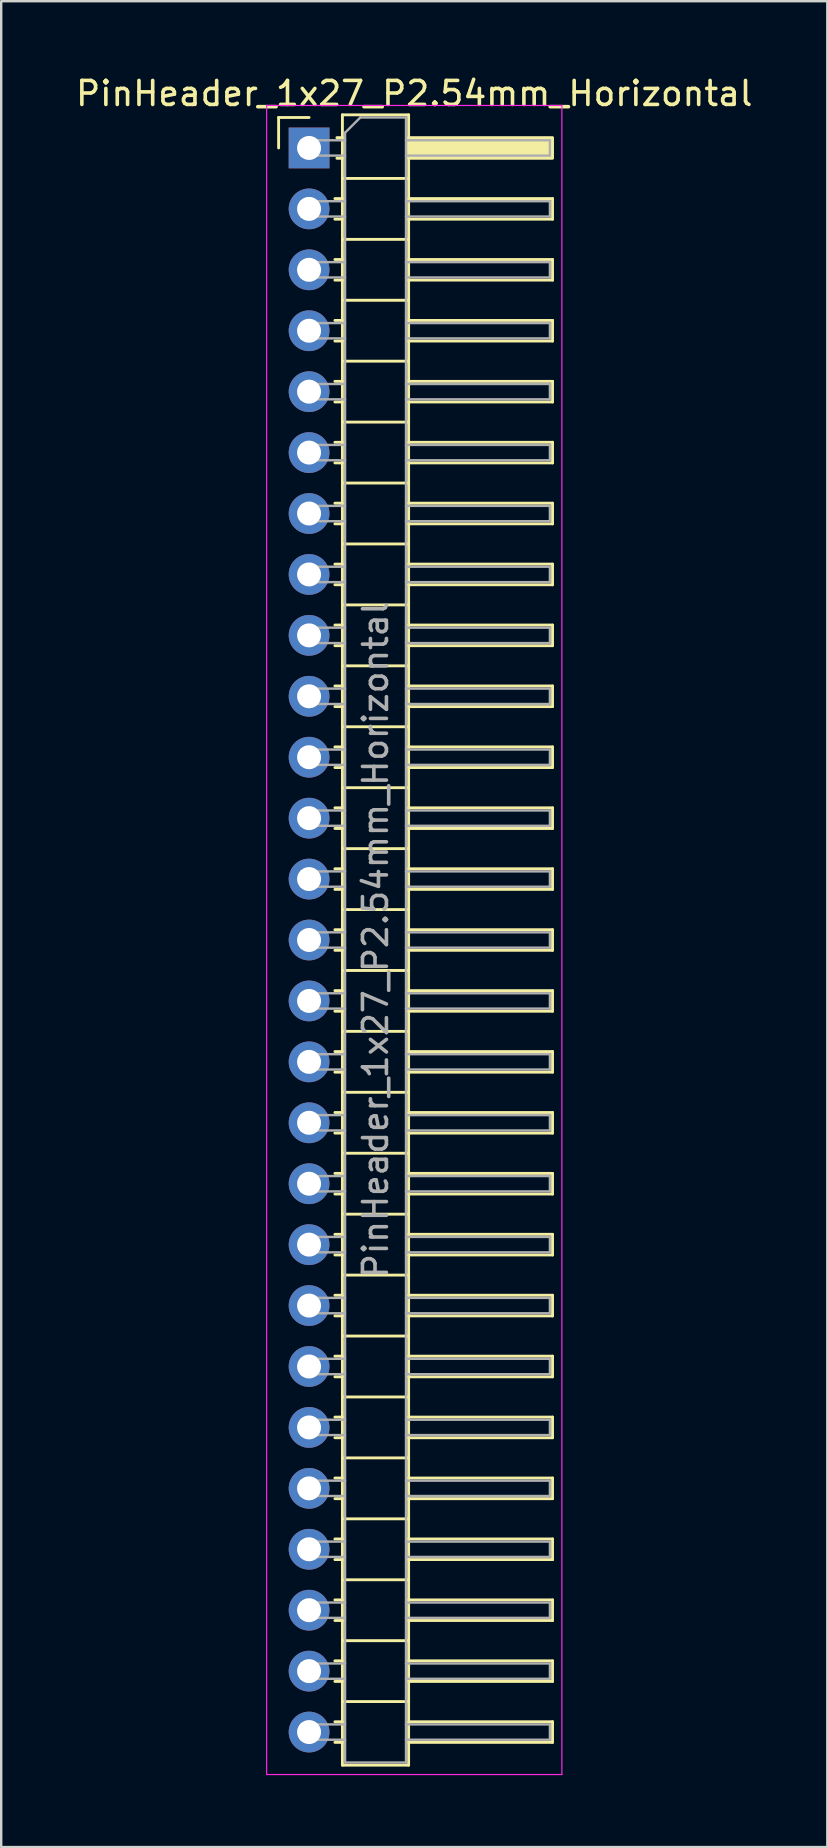
<source format=kicad_pcb>
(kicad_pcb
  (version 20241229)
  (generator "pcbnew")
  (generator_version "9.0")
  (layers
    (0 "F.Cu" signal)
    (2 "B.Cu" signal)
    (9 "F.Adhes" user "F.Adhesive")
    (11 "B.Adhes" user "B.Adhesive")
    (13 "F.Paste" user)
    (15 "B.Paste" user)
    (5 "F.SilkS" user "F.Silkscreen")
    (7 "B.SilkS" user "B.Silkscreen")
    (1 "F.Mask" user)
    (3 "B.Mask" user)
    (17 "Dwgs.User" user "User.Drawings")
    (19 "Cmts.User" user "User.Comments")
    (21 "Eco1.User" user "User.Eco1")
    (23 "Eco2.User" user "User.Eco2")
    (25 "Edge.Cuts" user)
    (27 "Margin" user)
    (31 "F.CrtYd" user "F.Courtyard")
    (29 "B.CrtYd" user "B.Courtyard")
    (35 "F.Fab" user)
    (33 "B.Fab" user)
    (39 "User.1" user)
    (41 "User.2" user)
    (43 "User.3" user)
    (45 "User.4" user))
  (footprint "PinHeader_1x27_P2.54mm_Horizontal"
    (layer "F.Cu")
    (at 9.835 3.118)
    (property "Reference" "PinHeader_1x27_P2.54mm_Horizontal" (at 4.385 -2.27 0) (layer "F.SilkS") (effects (font (size 1 1) (thickness 0.15))))
    (attr through_hole)
    (fp_line (start -1.27 -1.27) (end 0 -1.27) (stroke (width 0.12) (type solid)) (layer "F.SilkS"))
    (fp_line (start -1.27 0) (end -1.27 -1.27) (stroke (width 0.12) (type solid)) (layer "F.SilkS"))
    (fp_line (start 1.077 2.11) (end 1.39 2.11) (stroke (width 0.12) (type solid)) (layer "F.SilkS"))
    (fp_line (start 1.077 2.97) (end 1.39 2.97) (stroke (width 0.12) (type solid)) (layer "F.SilkS"))
    (fp_line (start 1.077 4.65) (end 1.39 4.65) (stroke (width 0.12) (type solid)) (layer "F.SilkS"))
    (fp_line (start 1.077 5.51) (end 1.39 5.51) (stroke (width 0.12) (type solid)) (layer "F.SilkS"))
    (fp_line (start 1.077 7.19) (end 1.39 7.19) (stroke (width 0.12) (type solid)) (layer "F.SilkS"))
    (fp_line (start 1.077 8.05) (end 1.39 8.05) (stroke (width 0.12) (type solid)) (layer "F.SilkS"))
    (fp_line (start 1.077 9.73) (end 1.39 9.73) (stroke (width 0.12) (type solid)) (layer "F.SilkS"))
    (fp_line (start 1.077 10.59) (end 1.39 10.59) (stroke (width 0.12) (type solid)) (layer "F.SilkS"))
    (fp_line (start 1.077 12.27) (end 1.39 12.27) (stroke (width 0.12) (type solid)) (layer "F.SilkS"))
    (fp_line (start 1.077 13.13) (end 1.39 13.13) (stroke (width 0.12) (type solid)) (layer "F.SilkS"))
    (fp_line (start 1.077 14.81) (end 1.39 14.81) (stroke (width 0.12) (type solid)) (layer "F.SilkS"))
    (fp_line (start 1.077 15.67) (end 1.39 15.67) (stroke (width 0.12) (type solid)) (layer "F.SilkS"))
    (fp_line (start 1.077 17.35) (end 1.39 17.35) (stroke (width 0.12) (type solid)) (layer "F.SilkS"))
    (fp_line (start 1.077 18.21) (end 1.39 18.21) (stroke (width 0.12) (type solid)) (layer "F.SilkS"))
    (fp_line (start 1.077 19.89) (end 1.39 19.89) (stroke (width 0.12) (type solid)) (layer "F.SilkS"))
    (fp_line (start 1.077 20.75) (end 1.39 20.75) (stroke (width 0.12) (type solid)) (layer "F.SilkS"))
    (fp_line (start 1.077 22.43) (end 1.39 22.43) (stroke (width 0.12) (type solid)) (layer "F.SilkS"))
    (fp_line (start 1.077 23.29) (end 1.39 23.29) (stroke (width 0.12) (type solid)) (layer "F.SilkS"))
    (fp_line (start 1.077 24.97) (end 1.39 24.97) (stroke (width 0.12) (type solid)) (layer "F.SilkS"))
    (fp_line (start 1.077 25.83) (end 1.39 25.83) (stroke (width 0.12) (type solid)) (layer "F.SilkS"))
    (fp_line (start 1.077 27.51) (end 1.39 27.51) (stroke (width 0.12) (type solid)) (layer "F.SilkS"))
    (fp_line (start 1.077 28.37) (end 1.39 28.37) (stroke (width 0.12) (type solid)) (layer "F.SilkS"))
    (fp_line (start 1.077 30.05) (end 1.39 30.05) (stroke (width 0.12) (type solid)) (layer "F.SilkS"))
    (fp_line (start 1.077 30.91) (end 1.39 30.91) (stroke (width 0.12) (type solid)) (layer "F.SilkS"))
    (fp_line (start 1.077 32.59) (end 1.39 32.59) (stroke (width 0.12) (type solid)) (layer "F.SilkS"))
    (fp_line (start 1.077 33.45) (end 1.39 33.45) (stroke (width 0.12) (type solid)) (layer "F.SilkS"))
    (fp_line (start 1.077 35.13) (end 1.39 35.13) (stroke (width 0.12) (type solid)) (layer "F.SilkS"))
    (fp_line (start 1.077 35.99) (end 1.39 35.99) (stroke (width 0.12) (type solid)) (layer "F.SilkS"))
    (fp_line (start 1.077 37.67) (end 1.39 37.67) (stroke (width 0.12) (type solid)) (layer "F.SilkS"))
    (fp_line (start 1.077 38.53) (end 1.39 38.53) (stroke (width 0.12) (type solid)) (layer "F.SilkS"))
    (fp_line (start 1.077 40.21) (end 1.39 40.21) (stroke (width 0.12) (type solid)) (layer "F.SilkS"))
    (fp_line (start 1.077 41.07) (end 1.39 41.07) (stroke (width 0.12) (type solid)) (layer "F.SilkS"))
    (fp_line (start 1.077 42.75) (end 1.39 42.75) (stroke (width 0.12) (type solid)) (layer "F.SilkS"))
    (fp_line (start 1.077 43.61) (end 1.39 43.61) (stroke (width 0.12) (type solid)) (layer "F.SilkS"))
    (fp_line (start 1.077 45.29) (end 1.39 45.29) (stroke (width 0.12) (type solid)) (layer "F.SilkS"))
    (fp_line (start 1.077 46.15) (end 1.39 46.15) (stroke (width 0.12) (type solid)) (layer "F.SilkS"))
    (fp_line (start 1.077 47.83) (end 1.39 47.83) (stroke (width 0.12) (type solid)) (layer "F.SilkS"))
    (fp_line (start 1.077 48.69) (end 1.39 48.69) (stroke (width 0.12) (type solid)) (layer "F.SilkS"))
    (fp_line (start 1.077 50.37) (end 1.39 50.37) (stroke (width 0.12) (type solid)) (layer "F.SilkS"))
    (fp_line (start 1.077 51.23) (end 1.39 51.23) (stroke (width 0.12) (type solid)) (layer "F.SilkS"))
    (fp_line (start 1.077 52.91) (end 1.39 52.91) (stroke (width 0.12) (type solid)) (layer "F.SilkS"))
    (fp_line (start 1.077 53.77) (end 1.39 53.77) (stroke (width 0.12) (type solid)) (layer "F.SilkS"))
    (fp_line (start 1.077 55.45) (end 1.39 55.45) (stroke (width 0.12) (type solid)) (layer "F.SilkS"))
    (fp_line (start 1.077 56.31) (end 1.39 56.31) (stroke (width 0.12) (type solid)) (layer "F.SilkS"))
    (fp_line (start 1.077 57.99) (end 1.39 57.99) (stroke (width 0.12) (type solid)) (layer "F.SilkS"))
    (fp_line (start 1.077 58.85) (end 1.39 58.85) (stroke (width 0.12) (type solid)) (layer "F.SilkS"))
    (fp_line (start 1.077 60.53) (end 1.39 60.53) (stroke (width 0.12) (type solid)) (layer "F.SilkS"))
    (fp_line (start 1.077 61.39) (end 1.39 61.39) (stroke (width 0.12) (type solid)) (layer "F.SilkS"))
    (fp_line (start 1.077 63.07) (end 1.39 63.07) (stroke (width 0.12) (type solid)) (layer "F.SilkS"))
    (fp_line (start 1.077 63.93) (end 1.39 63.93) (stroke (width 0.12) (type solid)) (layer "F.SilkS"))
    (fp_line (start 1.077 65.61) (end 1.39 65.61) (stroke (width 0.12) (type solid)) (layer "F.SilkS"))
    (fp_line (start 1.077 66.47) (end 1.39 66.47) (stroke (width 0.12) (type solid)) (layer "F.SilkS"))
    (fp_line (start 1.16 -0.43) (end 1.39 -0.43) (stroke (width 0.12) (type solid)) (layer "F.SilkS"))
    (fp_line (start 1.16 0.43) (end 1.39 0.43) (stroke (width 0.12) (type solid)) (layer "F.SilkS"))
    (fp_line (start 1.39 -1.38) (end 1.39 67.42) (stroke (width 0.12) (type solid)) (layer "F.SilkS"))
    (fp_line (start 1.39 1.27) (end 4.15 1.27) (stroke (width 0.12) (type solid)) (layer "F.SilkS"))
    (fp_line (start 1.39 3.81) (end 4.15 3.81) (stroke (width 0.12) (type solid)) (layer "F.SilkS"))
    (fp_line (start 1.39 6.35) (end 4.15 6.35) (stroke (width 0.12) (type solid)) (layer "F.SilkS"))
    (fp_line (start 1.39 8.89) (end 4.15 8.89) (stroke (width 0.12) (type solid)) (layer "F.SilkS"))
    (fp_line (start 1.39 11.43) (end 4.15 11.43) (stroke (width 0.12) (type solid)) (layer "F.SilkS"))
    (fp_line (start 1.39 13.97) (end 4.15 13.97) (stroke (width 0.12) (type solid)) (layer "F.SilkS"))
    (fp_line (start 1.39 16.51) (end 4.15 16.51) (stroke (width 0.12) (type solid)) (layer "F.SilkS"))
    (fp_line (start 1.39 19.05) (end 4.15 19.05) (stroke (width 0.12) (type solid)) (layer "F.SilkS"))
    (fp_line (start 1.39 21.59) (end 4.15 21.59) (stroke (width 0.12) (type solid)) (layer "F.SilkS"))
    (fp_line (start 1.39 24.13) (end 4.15 24.13) (stroke (width 0.12) (type solid)) (layer "F.SilkS"))
    (fp_line (start 1.39 26.67) (end 4.15 26.67) (stroke (width 0.12) (type solid)) (layer "F.SilkS"))
    (fp_line (start 1.39 29.21) (end 4.15 29.21) (stroke (width 0.12) (type solid)) (layer "F.SilkS"))
    (fp_line (start 1.39 31.75) (end 4.15 31.75) (stroke (width 0.12) (type solid)) (layer "F.SilkS"))
    (fp_line (start 1.39 34.29) (end 4.15 34.29) (stroke (width 0.12) (type solid)) (layer "F.SilkS"))
    (fp_line (start 1.39 36.83) (end 4.15 36.83) (stroke (width 0.12) (type solid)) (layer "F.SilkS"))
    (fp_line (start 1.39 39.37) (end 4.15 39.37) (stroke (width 0.12) (type solid)) (layer "F.SilkS"))
    (fp_line (start 1.39 41.91) (end 4.15 41.91) (stroke (width 0.12) (type solid)) (layer "F.SilkS"))
    (fp_line (start 1.39 44.45) (end 4.15 44.45) (stroke (width 0.12) (type solid)) (layer "F.SilkS"))
    (fp_line (start 1.39 46.99) (end 4.15 46.99) (stroke (width 0.12) (type solid)) (layer "F.SilkS"))
    (fp_line (start 1.39 49.53) (end 4.15 49.53) (stroke (width 0.12) (type solid)) (layer "F.SilkS"))
    (fp_line (start 1.39 52.07) (end 4.15 52.07) (stroke (width 0.12) (type solid)) (layer "F.SilkS"))
    (fp_line (start 1.39 54.61) (end 4.15 54.61) (stroke (width 0.12) (type solid)) (layer "F.SilkS"))
    (fp_line (start 1.39 57.15) (end 4.15 57.15) (stroke (width 0.12) (type solid)) (layer "F.SilkS"))
    (fp_line (start 1.39 59.69) (end 4.15 59.69) (stroke (width 0.12) (type solid)) (layer "F.SilkS"))
    (fp_line (start 1.39 62.23) (end 4.15 62.23) (stroke (width 0.12) (type solid)) (layer "F.SilkS"))
    (fp_line (start 1.39 64.77) (end 4.15 64.77) (stroke (width 0.12) (type solid)) (layer "F.SilkS"))
    (fp_line (start 1.39 67.42) (end 4.15 67.42) (stroke (width 0.12) (type solid)) (layer "F.SilkS"))
    (fp_line (start 4.15 -1.38) (end 1.39 -1.38) (stroke (width 0.12) (type solid)) (layer "F.SilkS"))
    (fp_line (start 4.15 2.11) (end 10.15 2.11) (stroke (width 0.12) (type solid)) (layer "F.SilkS"))
    (fp_line (start 4.15 4.65) (end 10.15 4.65) (stroke (width 0.12) (type solid)) (layer "F.SilkS"))
    (fp_line (start 4.15 7.19) (end 10.15 7.19) (stroke (width 0.12) (type solid)) (layer "F.SilkS"))
    (fp_line (start 4.15 9.73) (end 10.15 9.73) (stroke (width 0.12) (type solid)) (layer "F.SilkS"))
    (fp_line (start 4.15 12.27) (end 10.15 12.27) (stroke (width 0.12) (type solid)) (layer "F.SilkS"))
    (fp_line (start 4.15 14.81) (end 10.15 14.81) (stroke (width 0.12) (type solid)) (layer "F.SilkS"))
    (fp_line (start 4.15 17.35) (end 10.15 17.35) (stroke (width 0.12) (type solid)) (layer "F.SilkS"))
    (fp_line (start 4.15 19.89) (end 10.15 19.89) (stroke (width 0.12) (type solid)) (layer "F.SilkS"))
    (fp_line (start 4.15 22.43) (end 10.15 22.43) (stroke (width 0.12) (type solid)) (layer "F.SilkS"))
    (fp_line (start 4.15 24.97) (end 10.15 24.97) (stroke (width 0.12) (type solid)) (layer "F.SilkS"))
    (fp_line (start 4.15 27.51) (end 10.15 27.51) (stroke (width 0.12) (type solid)) (layer "F.SilkS"))
    (fp_line (start 4.15 30.05) (end 10.15 30.05) (stroke (width 0.12) (type solid)) (layer "F.SilkS"))
    (fp_line (start 4.15 32.59) (end 10.15 32.59) (stroke (width 0.12) (type solid)) (layer "F.SilkS"))
    (fp_line (start 4.15 35.13) (end 10.15 35.13) (stroke (width 0.12) (type solid)) (layer "F.SilkS"))
    (fp_line (start 4.15 37.67) (end 10.15 37.67) (stroke (width 0.12) (type solid)) (layer "F.SilkS"))
    (fp_line (start 4.15 40.21) (end 10.15 40.21) (stroke (width 0.12) (type solid)) (layer "F.SilkS"))
    (fp_line (start 4.15 42.75) (end 10.15 42.75) (stroke (width 0.12) (type solid)) (layer "F.SilkS"))
    (fp_line (start 4.15 45.29) (end 10.15 45.29) (stroke (width 0.12) (type solid)) (layer "F.SilkS"))
    (fp_line (start 4.15 47.83) (end 10.15 47.83) (stroke (width 0.12) (type solid)) (layer "F.SilkS"))
    (fp_line (start 4.15 50.37) (end 10.15 50.37) (stroke (width 0.12) (type solid)) (layer "F.SilkS"))
    (fp_line (start 4.15 52.91) (end 10.15 52.91) (stroke (width 0.12) (type solid)) (layer "F.SilkS"))
    (fp_line (start 4.15 55.45) (end 10.15 55.45) (stroke (width 0.12) (type solid)) (layer "F.SilkS"))
    (fp_line (start 4.15 57.99) (end 10.15 57.99) (stroke (width 0.12) (type solid)) (layer "F.SilkS"))
    (fp_line (start 4.15 60.53) (end 10.15 60.53) (stroke (width 0.12) (type solid)) (layer "F.SilkS"))
    (fp_line (start 4.15 63.07) (end 10.15 63.07) (stroke (width 0.12) (type solid)) (layer "F.SilkS"))
    (fp_line (start 4.15 65.61) (end 10.15 65.61) (stroke (width 0.12) (type solid)) (layer "F.SilkS"))
    (fp_line (start 4.15 67.42) (end 4.15 -1.38) (stroke (width 0.12) (type solid)) (layer "F.SilkS"))
    (fp_line (start 10.15 2.11) (end 10.15 2.97) (stroke (width 0.12) (type solid)) (layer "F.SilkS"))
    (fp_line (start 10.15 2.97) (end 4.15 2.97) (stroke (width 0.12) (type solid)) (layer "F.SilkS"))
    (fp_line (start 10.15 4.65) (end 10.15 5.51) (stroke (width 0.12) (type solid)) (layer "F.SilkS"))
    (fp_line (start 10.15 5.51) (end 4.15 5.51) (stroke (width 0.12) (type solid)) (layer "F.SilkS"))
    (fp_line (start 10.15 7.19) (end 10.15 8.05) (stroke (width 0.12) (type solid)) (layer "F.SilkS"))
    (fp_line (start 10.15 8.05) (end 4.15 8.05) (stroke (width 0.12) (type solid)) (layer "F.SilkS"))
    (fp_line (start 10.15 9.73) (end 10.15 10.59) (stroke (width 0.12) (type solid)) (layer "F.SilkS"))
    (fp_line (start 10.15 10.59) (end 4.15 10.59) (stroke (width 0.12) (type solid)) (layer "F.SilkS"))
    (fp_line (start 10.15 12.27) (end 10.15 13.13) (stroke (width 0.12) (type solid)) (layer "F.SilkS"))
    (fp_line (start 10.15 13.13) (end 4.15 13.13) (stroke (width 0.12) (type solid)) (layer "F.SilkS"))
    (fp_line (start 10.15 14.81) (end 10.15 15.67) (stroke (width 0.12) (type solid)) (layer "F.SilkS"))
    (fp_line (start 10.15 15.67) (end 4.15 15.67) (stroke (width 0.12) (type solid)) (layer "F.SilkS"))
    (fp_line (start 10.15 17.35) (end 10.15 18.21) (stroke (width 0.12) (type solid)) (layer "F.SilkS"))
    (fp_line (start 10.15 18.21) (end 4.15 18.21) (stroke (width 0.12) (type solid)) (layer "F.SilkS"))
    (fp_line (start 10.15 19.89) (end 10.15 20.75) (stroke (width 0.12) (type solid)) (layer "F.SilkS"))
    (fp_line (start 10.15 20.75) (end 4.15 20.75) (stroke (width 0.12) (type solid)) (layer "F.SilkS"))
    (fp_line (start 10.15 22.43) (end 10.15 23.29) (stroke (width 0.12) (type solid)) (layer "F.SilkS"))
    (fp_line (start 10.15 23.29) (end 4.15 23.29) (stroke (width 0.12) (type solid)) (layer "F.SilkS"))
    (fp_line (start 10.15 24.97) (end 10.15 25.83) (stroke (width 0.12) (type solid)) (layer "F.SilkS"))
    (fp_line (start 10.15 25.83) (end 4.15 25.83) (stroke (width 0.12) (type solid)) (layer "F.SilkS"))
    (fp_line (start 10.15 27.51) (end 10.15 28.37) (stroke (width 0.12) (type solid)) (layer "F.SilkS"))
    (fp_line (start 10.15 28.37) (end 4.15 28.37) (stroke (width 0.12) (type solid)) (layer "F.SilkS"))
    (fp_line (start 10.15 30.05) (end 10.15 30.91) (stroke (width 0.12) (type solid)) (layer "F.SilkS"))
    (fp_line (start 10.15 30.91) (end 4.15 30.91) (stroke (width 0.12) (type solid)) (layer "F.SilkS"))
    (fp_line (start 10.15 32.59) (end 10.15 33.45) (stroke (width 0.12) (type solid)) (layer "F.SilkS"))
    (fp_line (start 10.15 33.45) (end 4.15 33.45) (stroke (width 0.12) (type solid)) (layer "F.SilkS"))
    (fp_line (start 10.15 35.13) (end 10.15 35.99) (stroke (width 0.12) (type solid)) (layer "F.SilkS"))
    (fp_line (start 10.15 35.99) (end 4.15 35.99) (stroke (width 0.12) (type solid)) (layer "F.SilkS"))
    (fp_line (start 10.15 37.67) (end 10.15 38.53) (stroke (width 0.12) (type solid)) (layer "F.SilkS"))
    (fp_line (start 10.15 38.53) (end 4.15 38.53) (stroke (width 0.12) (type solid)) (layer "F.SilkS"))
    (fp_line (start 10.15 40.21) (end 10.15 41.07) (stroke (width 0.12) (type solid)) (layer "F.SilkS"))
    (fp_line (start 10.15 41.07) (end 4.15 41.07) (stroke (width 0.12) (type solid)) (layer "F.SilkS"))
    (fp_line (start 10.15 42.75) (end 10.15 43.61) (stroke (width 0.12) (type solid)) (layer "F.SilkS"))
    (fp_line (start 10.15 43.61) (end 4.15 43.61) (stroke (width 0.12) (type solid)) (layer "F.SilkS"))
    (fp_line (start 10.15 45.29) (end 10.15 46.15) (stroke (width 0.12) (type solid)) (layer "F.SilkS"))
    (fp_line (start 10.15 46.15) (end 4.15 46.15) (stroke (width 0.12) (type solid)) (layer "F.SilkS"))
    (fp_line (start 10.15 47.83) (end 10.15 48.69) (stroke (width 0.12) (type solid)) (layer "F.SilkS"))
    (fp_line (start 10.15 48.69) (end 4.15 48.69) (stroke (width 0.12) (type solid)) (layer "F.SilkS"))
    (fp_line (start 10.15 50.37) (end 10.15 51.23) (stroke (width 0.12) (type solid)) (layer "F.SilkS"))
    (fp_line (start 10.15 51.23) (end 4.15 51.23) (stroke (width 0.12) (type solid)) (layer "F.SilkS"))
    (fp_line (start 10.15 52.91) (end 10.15 53.77) (stroke (width 0.12) (type solid)) (layer "F.SilkS"))
    (fp_line (start 10.15 53.77) (end 4.15 53.77) (stroke (width 0.12) (type solid)) (layer "F.SilkS"))
    (fp_line (start 10.15 55.45) (end 10.15 56.31) (stroke (width 0.12) (type solid)) (layer "F.SilkS"))
    (fp_line (start 10.15 56.31) (end 4.15 56.31) (stroke (width 0.12) (type solid)) (layer "F.SilkS"))
    (fp_line (start 10.15 57.99) (end 10.15 58.85) (stroke (width 0.12) (type solid)) (layer "F.SilkS"))
    (fp_line (start 10.15 58.85) (end 4.15 58.85) (stroke (width 0.12) (type solid)) (layer "F.SilkS"))
    (fp_line (start 10.15 60.53) (end 10.15 61.39) (stroke (width 0.12) (type solid)) (layer "F.SilkS"))
    (fp_line (start 10.15 61.39) (end 4.15 61.39) (stroke (width 0.12) (type solid)) (layer "F.SilkS"))
    (fp_line (start 10.15 63.07) (end 10.15 63.93) (stroke (width 0.12) (type solid)) (layer "F.SilkS"))
    (fp_line (start 10.15 63.93) (end 4.15 63.93) (stroke (width 0.12) (type solid)) (layer "F.SilkS"))
    (fp_line (start 10.15 65.61) (end 10.15 66.47) (stroke (width 0.12) (type solid)) (layer "F.SilkS"))
    (fp_line (start 10.15 66.47) (end 4.15 66.47) (stroke (width 0.12) (type solid)) (layer "F.SilkS"))
    (fp_rect (start 4.15 -0.43) (end 10.15 0.43) (stroke (width 0.12) (type solid)) (fill yes) (layer "F.SilkS"))
    (fp_line (start -1.77 -1.77) (end -1.77 67.81) (stroke (width 0.05) (type solid)) (layer "F.CrtYd"))
    (fp_line (start -1.77 67.81) (end 10.54 67.81) (stroke (width 0.05) (type solid)) (layer "F.CrtYd"))
    (fp_line (start 10.54 -1.77) (end -1.77 -1.77) (stroke (width 0.05) (type solid)) (layer "F.CrtYd"))
    (fp_line (start 10.54 67.81) (end 10.54 -1.77) (stroke (width 0.05) (type solid)) (layer "F.CrtYd"))
    (fp_line (start -0.32 -0.32) (end -0.32 0.32) (stroke (width 0.1) (type solid)) (layer "F.Fab"))
    (fp_line (start -0.32 -0.32) (end 1.5 -0.32) (stroke (width 0.1) (type solid)) (layer "F.Fab"))
    (fp_line (start -0.32 0.32) (end 1.5 0.32) (stroke (width 0.1) (type solid)) (layer "F.Fab"))
    (fp_line (start -0.32 2.22) (end -0.32 2.86) (stroke (width 0.1) (type solid)) (layer "F.Fab"))
    (fp_line (start -0.32 2.22) (end 1.5 2.22) (stroke (width 0.1) (type solid)) (layer "F.Fab"))
    (fp_line (start -0.32 2.86) (end 1.5 2.86) (stroke (width 0.1) (type solid)) (layer "F.Fab"))
    (fp_line (start -0.32 4.76) (end -0.32 5.4) (stroke (width 0.1) (type solid)) (layer "F.Fab"))
    (fp_line (start -0.32 4.76) (end 1.5 4.76) (stroke (width 0.1) (type solid)) (layer "F.Fab"))
    (fp_line (start -0.32 5.4) (end 1.5 5.4) (stroke (width 0.1) (type solid)) (layer "F.Fab"))
    (fp_line (start -0.32 7.3) (end -0.32 7.94) (stroke (width 0.1) (type solid)) (layer "F.Fab"))
    (fp_line (start -0.32 7.3) (end 1.5 7.3) (stroke (width 0.1) (type solid)) (layer "F.Fab"))
    (fp_line (start -0.32 7.94) (end 1.5 7.94) (stroke (width 0.1) (type solid)) (layer "F.Fab"))
    (fp_line (start -0.32 9.84) (end -0.32 10.48) (stroke (width 0.1) (type solid)) (layer "F.Fab"))
    (fp_line (start -0.32 9.84) (end 1.5 9.84) (stroke (width 0.1) (type solid)) (layer "F.Fab"))
    (fp_line (start -0.32 10.48) (end 1.5 10.48) (stroke (width 0.1) (type solid)) (layer "F.Fab"))
    (fp_line (start -0.32 12.38) (end -0.32 13.02) (stroke (width 0.1) (type solid)) (layer "F.Fab"))
    (fp_line (start -0.32 12.38) (end 1.5 12.38) (stroke (width 0.1) (type solid)) (layer "F.Fab"))
    (fp_line (start -0.32 13.02) (end 1.5 13.02) (stroke (width 0.1) (type solid)) (layer "F.Fab"))
    (fp_line (start -0.32 14.92) (end -0.32 15.56) (stroke (width 0.1) (type solid)) (layer "F.Fab"))
    (fp_line (start -0.32 14.92) (end 1.5 14.92) (stroke (width 0.1) (type solid)) (layer "F.Fab"))
    (fp_line (start -0.32 15.56) (end 1.5 15.56) (stroke (width 0.1) (type solid)) (layer "F.Fab"))
    (fp_line (start -0.32 17.46) (end -0.32 18.1) (stroke (width 0.1) (type solid)) (layer "F.Fab"))
    (fp_line (start -0.32 17.46) (end 1.5 17.46) (stroke (width 0.1) (type solid)) (layer "F.Fab"))
    (fp_line (start -0.32 18.1) (end 1.5 18.1) (stroke (width 0.1) (type solid)) (layer "F.Fab"))
    (fp_line (start -0.32 20) (end -0.32 20.64) (stroke (width 0.1) (type solid)) (layer "F.Fab"))
    (fp_line (start -0.32 20) (end 1.5 20) (stroke (width 0.1) (type solid)) (layer "F.Fab"))
    (fp_line (start -0.32 20.64) (end 1.5 20.64) (stroke (width 0.1) (type solid)) (layer "F.Fab"))
    (fp_line (start -0.32 22.54) (end -0.32 23.18) (stroke (width 0.1) (type solid)) (layer "F.Fab"))
    (fp_line (start -0.32 22.54) (end 1.5 22.54) (stroke (width 0.1) (type solid)) (layer "F.Fab"))
    (fp_line (start -0.32 23.18) (end 1.5 23.18) (stroke (width 0.1) (type solid)) (layer "F.Fab"))
    (fp_line (start -0.32 25.08) (end -0.32 25.72) (stroke (width 0.1) (type solid)) (layer "F.Fab"))
    (fp_line (start -0.32 25.08) (end 1.5 25.08) (stroke (width 0.1) (type solid)) (layer "F.Fab"))
    (fp_line (start -0.32 25.72) (end 1.5 25.72) (stroke (width 0.1) (type solid)) (layer "F.Fab"))
    (fp_line (start -0.32 27.62) (end -0.32 28.26) (stroke (width 0.1) (type solid)) (layer "F.Fab"))
    (fp_line (start -0.32 27.62) (end 1.5 27.62) (stroke (width 0.1) (type solid)) (layer "F.Fab"))
    (fp_line (start -0.32 28.26) (end 1.5 28.26) (stroke (width 0.1) (type solid)) (layer "F.Fab"))
    (fp_line (start -0.32 30.16) (end -0.32 30.8) (stroke (width 0.1) (type solid)) (layer "F.Fab"))
    (fp_line (start -0.32 30.16) (end 1.5 30.16) (stroke (width 0.1) (type solid)) (layer "F.Fab"))
    (fp_line (start -0.32 30.8) (end 1.5 30.8) (stroke (width 0.1) (type solid)) (layer "F.Fab"))
    (fp_line (start -0.32 32.7) (end -0.32 33.34) (stroke (width 0.1) (type solid)) (layer "F.Fab"))
    (fp_line (start -0.32 32.7) (end 1.5 32.7) (stroke (width 0.1) (type solid)) (layer "F.Fab"))
    (fp_line (start -0.32 33.34) (end 1.5 33.34) (stroke (width 0.1) (type solid)) (layer "F.Fab"))
    (fp_line (start -0.32 35.24) (end -0.32 35.88) (stroke (width 0.1) (type solid)) (layer "F.Fab"))
    (fp_line (start -0.32 35.24) (end 1.5 35.24) (stroke (width 0.1) (type solid)) (layer "F.Fab"))
    (fp_line (start -0.32 35.88) (end 1.5 35.88) (stroke (width 0.1) (type solid)) (layer "F.Fab"))
    (fp_line (start -0.32 37.78) (end -0.32 38.42) (stroke (width 0.1) (type solid)) (layer "F.Fab"))
    (fp_line (start -0.32 37.78) (end 1.5 37.78) (stroke (width 0.1) (type solid)) (layer "F.Fab"))
    (fp_line (start -0.32 38.42) (end 1.5 38.42) (stroke (width 0.1) (type solid)) (layer "F.Fab"))
    (fp_line (start -0.32 40.32) (end -0.32 40.96) (stroke (width 0.1) (type solid)) (layer "F.Fab"))
    (fp_line (start -0.32 40.32) (end 1.5 40.32) (stroke (width 0.1) (type solid)) (layer "F.Fab"))
    (fp_line (start -0.32 40.96) (end 1.5 40.96) (stroke (width 0.1) (type solid)) (layer "F.Fab"))
    (fp_line (start -0.32 42.86) (end -0.32 43.5) (stroke (width 0.1) (type solid)) (layer "F.Fab"))
    (fp_line (start -0.32 42.86) (end 1.5 42.86) (stroke (width 0.1) (type solid)) (layer "F.Fab"))
    (fp_line (start -0.32 43.5) (end 1.5 43.5) (stroke (width 0.1) (type solid)) (layer "F.Fab"))
    (fp_line (start -0.32 45.4) (end -0.32 46.04) (stroke (width 0.1) (type solid)) (layer "F.Fab"))
    (fp_line (start -0.32 45.4) (end 1.5 45.4) (stroke (width 0.1) (type solid)) (layer "F.Fab"))
    (fp_line (start -0.32 46.04) (end 1.5 46.04) (stroke (width 0.1) (type solid)) (layer "F.Fab"))
    (fp_line (start -0.32 47.94) (end -0.32 48.58) (stroke (width 0.1) (type solid)) (layer "F.Fab"))
    (fp_line (start -0.32 47.94) (end 1.5 47.94) (stroke (width 0.1) (type solid)) (layer "F.Fab"))
    (fp_line (start -0.32 48.58) (end 1.5 48.58) (stroke (width 0.1) (type solid)) (layer "F.Fab"))
    (fp_line (start -0.32 50.48) (end -0.32 51.12) (stroke (width 0.1) (type solid)) (layer "F.Fab"))
    (fp_line (start -0.32 50.48) (end 1.5 50.48) (stroke (width 0.1) (type solid)) (layer "F.Fab"))
    (fp_line (start -0.32 51.12) (end 1.5 51.12) (stroke (width 0.1) (type solid)) (layer "F.Fab"))
    (fp_line (start -0.32 53.02) (end -0.32 53.66) (stroke (width 0.1) (type solid)) (layer "F.Fab"))
    (fp_line (start -0.32 53.02) (end 1.5 53.02) (stroke (width 0.1) (type solid)) (layer "F.Fab"))
    (fp_line (start -0.32 53.66) (end 1.5 53.66) (stroke (width 0.1) (type solid)) (layer "F.Fab"))
    (fp_line (start -0.32 55.56) (end -0.32 56.2) (stroke (width 0.1) (type solid)) (layer "F.Fab"))
    (fp_line (start -0.32 55.56) (end 1.5 55.56) (stroke (width 0.1) (type solid)) (layer "F.Fab"))
    (fp_line (start -0.32 56.2) (end 1.5 56.2) (stroke (width 0.1) (type solid)) (layer "F.Fab"))
    (fp_line (start -0.32 58.1) (end -0.32 58.74) (stroke (width 0.1) (type solid)) (layer "F.Fab"))
    (fp_line (start -0.32 58.1) (end 1.5 58.1) (stroke (width 0.1) (type solid)) (layer "F.Fab"))
    (fp_line (start -0.32 58.74) (end 1.5 58.74) (stroke (width 0.1) (type solid)) (layer "F.Fab"))
    (fp_line (start -0.32 60.64) (end -0.32 61.28) (stroke (width 0.1) (type solid)) (layer "F.Fab"))
    (fp_line (start -0.32 60.64) (end 1.5 60.64) (stroke (width 0.1) (type solid)) (layer "F.Fab"))
    (fp_line (start -0.32 61.28) (end 1.5 61.28) (stroke (width 0.1) (type solid)) (layer "F.Fab"))
    (fp_line (start -0.32 63.18) (end -0.32 63.82) (stroke (width 0.1) (type solid)) (layer "F.Fab"))
    (fp_line (start -0.32 63.18) (end 1.5 63.18) (stroke (width 0.1) (type solid)) (layer "F.Fab"))
    (fp_line (start -0.32 63.82) (end 1.5 63.82) (stroke (width 0.1) (type solid)) (layer "F.Fab"))
    (fp_line (start -0.32 65.72) (end -0.32 66.36) (stroke (width 0.1) (type solid)) (layer "F.Fab"))
    (fp_line (start -0.32 65.72) (end 1.5 65.72) (stroke (width 0.1) (type solid)) (layer "F.Fab"))
    (fp_line (start -0.32 66.36) (end 1.5 66.36) (stroke (width 0.1) (type solid)) (layer "F.Fab"))
    (fp_line (start 1.5 -0.635) (end 2.135 -1.27) (stroke (width 0.1) (type solid)) (layer "F.Fab"))
    (fp_line (start 1.5 67.31) (end 1.5 -0.635) (stroke (width 0.1) (type solid)) (layer "F.Fab"))
    (fp_line (start 2.135 -1.27) (end 4.04 -1.27) (stroke (width 0.1) (type solid)) (layer "F.Fab"))
    (fp_line (start 4.04 -1.27) (end 4.04 67.31) (stroke (width 0.1) (type solid)) (layer "F.Fab"))
    (fp_line (start 4.04 -0.32) (end 10.04 -0.32) (stroke (width 0.1) (type solid)) (layer "F.Fab"))
    (fp_line (start 4.04 0.32) (end 10.04 0.32) (stroke (width 0.1) (type solid)) (layer "F.Fab"))
    (fp_line (start 4.04 2.22) (end 10.04 2.22) (stroke (width 0.1) (type solid)) (layer "F.Fab"))
    (fp_line (start 4.04 2.86) (end 10.04 2.86) (stroke (width 0.1) (type solid)) (layer "F.Fab"))
    (fp_line (start 4.04 4.76) (end 10.04 4.76) (stroke (width 0.1) (type solid)) (layer "F.Fab"))
    (fp_line (start 4.04 5.4) (end 10.04 5.4) (stroke (width 0.1) (type solid)) (layer "F.Fab"))
    (fp_line (start 4.04 7.3) (end 10.04 7.3) (stroke (width 0.1) (type solid)) (layer "F.Fab"))
    (fp_line (start 4.04 7.94) (end 10.04 7.94) (stroke (width 0.1) (type solid)) (layer "F.Fab"))
    (fp_line (start 4.04 9.84) (end 10.04 9.84) (stroke (width 0.1) (type solid)) (layer "F.Fab"))
    (fp_line (start 4.04 10.48) (end 10.04 10.48) (stroke (width 0.1) (type solid)) (layer "F.Fab"))
    (fp_line (start 4.04 12.38) (end 10.04 12.38) (stroke (width 0.1) (type solid)) (layer "F.Fab"))
    (fp_line (start 4.04 13.02) (end 10.04 13.02) (stroke (width 0.1) (type solid)) (layer "F.Fab"))
    (fp_line (start 4.04 14.92) (end 10.04 14.92) (stroke (width 0.1) (type solid)) (layer "F.Fab"))
    (fp_line (start 4.04 15.56) (end 10.04 15.56) (stroke (width 0.1) (type solid)) (layer "F.Fab"))
    (fp_line (start 4.04 17.46) (end 10.04 17.46) (stroke (width 0.1) (type solid)) (layer "F.Fab"))
    (fp_line (start 4.04 18.1) (end 10.04 18.1) (stroke (width 0.1) (type solid)) (layer "F.Fab"))
    (fp_line (start 4.04 20) (end 10.04 20) (stroke (width 0.1) (type solid)) (layer "F.Fab"))
    (fp_line (start 4.04 20.64) (end 10.04 20.64) (stroke (width 0.1) (type solid)) (layer "F.Fab"))
    (fp_line (start 4.04 22.54) (end 10.04 22.54) (stroke (width 0.1) (type solid)) (layer "F.Fab"))
    (fp_line (start 4.04 23.18) (end 10.04 23.18) (stroke (width 0.1) (type solid)) (layer "F.Fab"))
    (fp_line (start 4.04 25.08) (end 10.04 25.08) (stroke (width 0.1) (type solid)) (layer "F.Fab"))
    (fp_line (start 4.04 25.72) (end 10.04 25.72) (stroke (width 0.1) (type solid)) (layer "F.Fab"))
    (fp_line (start 4.04 27.62) (end 10.04 27.62) (stroke (width 0.1) (type solid)) (layer "F.Fab"))
    (fp_line (start 4.04 28.26) (end 10.04 28.26) (stroke (width 0.1) (type solid)) (layer "F.Fab"))
    (fp_line (start 4.04 30.16) (end 10.04 30.16) (stroke (width 0.1) (type solid)) (layer "F.Fab"))
    (fp_line (start 4.04 30.8) (end 10.04 30.8) (stroke (width 0.1) (type solid)) (layer "F.Fab"))
    (fp_line (start 4.04 32.7) (end 10.04 32.7) (stroke (width 0.1) (type solid)) (layer "F.Fab"))
    (fp_line (start 4.04 33.34) (end 10.04 33.34) (stroke (width 0.1) (type solid)) (layer "F.Fab"))
    (fp_line (start 4.04 35.24) (end 10.04 35.24) (stroke (width 0.1) (type solid)) (layer "F.Fab"))
    (fp_line (start 4.04 35.88) (end 10.04 35.88) (stroke (width 0.1) (type solid)) (layer "F.Fab"))
    (fp_line (start 4.04 37.78) (end 10.04 37.78) (stroke (width 0.1) (type solid)) (layer "F.Fab"))
    (fp_line (start 4.04 38.42) (end 10.04 38.42) (stroke (width 0.1) (type solid)) (layer "F.Fab"))
    (fp_line (start 4.04 40.32) (end 10.04 40.32) (stroke (width 0.1) (type solid)) (layer "F.Fab"))
    (fp_line (start 4.04 40.96) (end 10.04 40.96) (stroke (width 0.1) (type solid)) (layer "F.Fab"))
    (fp_line (start 4.04 42.86) (end 10.04 42.86) (stroke (width 0.1) (type solid)) (layer "F.Fab"))
    (fp_line (start 4.04 43.5) (end 10.04 43.5) (stroke (width 0.1) (type solid)) (layer "F.Fab"))
    (fp_line (start 4.04 45.4) (end 10.04 45.4) (stroke (width 0.1) (type solid)) (layer "F.Fab"))
    (fp_line (start 4.04 46.04) (end 10.04 46.04) (stroke (width 0.1) (type solid)) (layer "F.Fab"))
    (fp_line (start 4.04 47.94) (end 10.04 47.94) (stroke (width 0.1) (type solid)) (layer "F.Fab"))
    (fp_line (start 4.04 48.58) (end 10.04 48.58) (stroke (width 0.1) (type solid)) (layer "F.Fab"))
    (fp_line (start 4.04 50.48) (end 10.04 50.48) (stroke (width 0.1) (type solid)) (layer "F.Fab"))
    (fp_line (start 4.04 51.12) (end 10.04 51.12) (stroke (width 0.1) (type solid)) (layer "F.Fab"))
    (fp_line (start 4.04 53.02) (end 10.04 53.02) (stroke (width 0.1) (type solid)) (layer "F.Fab"))
    (fp_line (start 4.04 53.66) (end 10.04 53.66) (stroke (width 0.1) (type solid)) (layer "F.Fab"))
    (fp_line (start 4.04 55.56) (end 10.04 55.56) (stroke (width 0.1) (type solid)) (layer "F.Fab"))
    (fp_line (start 4.04 56.2) (end 10.04 56.2) (stroke (width 0.1) (type solid)) (layer "F.Fab"))
    (fp_line (start 4.04 58.1) (end 10.04 58.1) (stroke (width 0.1) (type solid)) (layer "F.Fab"))
    (fp_line (start 4.04 58.74) (end 10.04 58.74) (stroke (width 0.1) (type solid)) (layer "F.Fab"))
    (fp_line (start 4.04 60.64) (end 10.04 60.64) (stroke (width 0.1) (type solid)) (layer "F.Fab"))
    (fp_line (start 4.04 61.28) (end 10.04 61.28) (stroke (width 0.1) (type solid)) (layer "F.Fab"))
    (fp_line (start 4.04 63.18) (end 10.04 63.18) (stroke (width 0.1) (type solid)) (layer "F.Fab"))
    (fp_line (start 4.04 63.82) (end 10.04 63.82) (stroke (width 0.1) (type solid)) (layer "F.Fab"))
    (fp_line (start 4.04 65.72) (end 10.04 65.72) (stroke (width 0.1) (type solid)) (layer "F.Fab"))
    (fp_line (start 4.04 66.36) (end 10.04 66.36) (stroke (width 0.1) (type solid)) (layer "F.Fab"))
    (fp_line (start 4.04 67.31) (end 1.5 67.31) (stroke (width 0.1) (type solid)) (layer "F.Fab"))
    (fp_line (start 10.04 -0.32) (end 10.04 0.32) (stroke (width 0.1) (type solid)) (layer "F.Fab"))
    (fp_line (start 10.04 2.22) (end 10.04 2.86) (stroke (width 0.1) (type solid)) (layer "F.Fab"))
    (fp_line (start 10.04 4.76) (end 10.04 5.4) (stroke (width 0.1) (type solid)) (layer "F.Fab"))
    (fp_line (start 10.04 7.3) (end 10.04 7.94) (stroke (width 0.1) (type solid)) (layer "F.Fab"))
    (fp_line (start 10.04 9.84) (end 10.04 10.48) (stroke (width 0.1) (type solid)) (layer "F.Fab"))
    (fp_line (start 10.04 12.38) (end 10.04 13.02) (stroke (width 0.1) (type solid)) (layer "F.Fab"))
    (fp_line (start 10.04 14.92) (end 10.04 15.56) (stroke (width 0.1) (type solid)) (layer "F.Fab"))
    (fp_line (start 10.04 17.46) (end 10.04 18.1) (stroke (width 0.1) (type solid)) (layer "F.Fab"))
    (fp_line (start 10.04 20) (end 10.04 20.64) (stroke (width 0.1) (type solid)) (layer "F.Fab"))
    (fp_line (start 10.04 22.54) (end 10.04 23.18) (stroke (width 0.1) (type solid)) (layer "F.Fab"))
    (fp_line (start 10.04 25.08) (end 10.04 25.72) (stroke (width 0.1) (type solid)) (layer "F.Fab"))
    (fp_line (start 10.04 27.62) (end 10.04 28.26) (stroke (width 0.1) (type solid)) (layer "F.Fab"))
    (fp_line (start 10.04 30.16) (end 10.04 30.8) (stroke (width 0.1) (type solid)) (layer "F.Fab"))
    (fp_line (start 10.04 32.7) (end 10.04 33.34) (stroke (width 0.1) (type solid)) (layer "F.Fab"))
    (fp_line (start 10.04 35.24) (end 10.04 35.88) (stroke (width 0.1) (type solid)) (layer "F.Fab"))
    (fp_line (start 10.04 37.78) (end 10.04 38.42) (stroke (width 0.1) (type solid)) (layer "F.Fab"))
    (fp_line (start 10.04 40.32) (end 10.04 40.96) (stroke (width 0.1) (type solid)) (layer "F.Fab"))
    (fp_line (start 10.04 42.86) (end 10.04 43.5) (stroke (width 0.1) (type solid)) (layer "F.Fab"))
    (fp_line (start 10.04 45.4) (end 10.04 46.04) (stroke (width 0.1) (type solid)) (layer "F.Fab"))
    (fp_line (start 10.04 47.94) (end 10.04 48.58) (stroke (width 0.1) (type solid)) (layer "F.Fab"))
    (fp_line (start 10.04 50.48) (end 10.04 51.12) (stroke (width 0.1) (type solid)) (layer "F.Fab"))
    (fp_line (start 10.04 53.02) (end 10.04 53.66) (stroke (width 0.1) (type solid)) (layer "F.Fab"))
    (fp_line (start 10.04 55.56) (end 10.04 56.2) (stroke (width 0.1) (type solid)) (layer "F.Fab"))
    (fp_line (start 10.04 58.1) (end 10.04 58.74) (stroke (width 0.1) (type solid)) (layer "F.Fab"))
    (fp_line (start 10.04 60.64) (end 10.04 61.28) (stroke (width 0.1) (type solid)) (layer "F.Fab"))
    (fp_line (start 10.04 63.18) (end 10.04 63.82) (stroke (width 0.1) (type solid)) (layer "F.Fab"))
    (fp_line (start 10.04 65.72) (end 10.04 66.36) (stroke (width 0.1) (type solid)) (layer "F.Fab"))
    (fp_text user "${REFERENCE}" (at 2.77 33.02 90) (layer "F.Fab") (effects (font (size 1 1) (thickness 0.15))))
    (pad "1" thru_hole rect (at 0 0) (size 1.7 1.7) (drill 1) (layers "*.Cu" "*.Mask"))
    (pad "2" thru_hole circle (at 0 2.54) (size 1.7 1.7) (drill 1) (layers "*.Cu" "*.Mask"))
    (pad "3" thru_hole circle (at 0 5.08) (size 1.7 1.7) (drill 1) (layers "*.Cu" "*.Mask"))
    (pad "4" thru_hole circle (at 0 7.62) (size 1.7 1.7) (drill 1) (layers "*.Cu" "*.Mask"))
    (pad "5" thru_hole circle (at 0 10.16) (size 1.7 1.7) (drill 1) (layers "*.Cu" "*.Mask"))
    (pad "6" thru_hole circle (at 0 12.7) (size 1.7 1.7) (drill 1) (layers "*.Cu" "*.Mask"))
    (pad "7" thru_hole circle (at 0 15.24) (size 1.7 1.7) (drill 1) (layers "*.Cu" "*.Mask"))
    (pad "8" thru_hole circle (at 0 17.78) (size 1.7 1.7) (drill 1) (layers "*.Cu" "*.Mask"))
    (pad "9" thru_hole circle (at 0 20.32) (size 1.7 1.7) (drill 1) (layers "*.Cu" "*.Mask"))
    (pad "10" thru_hole circle (at 0 22.86) (size 1.7 1.7) (drill 1) (layers "*.Cu" "*.Mask"))
    (pad "11" thru_hole circle (at 0 25.4) (size 1.7 1.7) (drill 1) (layers "*.Cu" "*.Mask"))
    (pad "12" thru_hole circle (at 0 27.94) (size 1.7 1.7) (drill 1) (layers "*.Cu" "*.Mask"))
    (pad "13" thru_hole circle (at 0 30.48) (size 1.7 1.7) (drill 1) (layers "*.Cu" "*.Mask"))
    (pad "14" thru_hole circle (at 0 33.02) (size 1.7 1.7) (drill 1) (layers "*.Cu" "*.Mask"))
    (pad "15" thru_hole circle (at 0 35.56) (size 1.7 1.7) (drill 1) (layers "*.Cu" "*.Mask"))
    (pad "16" thru_hole circle (at 0 38.1) (size 1.7 1.7) (drill 1) (layers "*.Cu" "*.Mask"))
    (pad "17" thru_hole circle (at 0 40.64) (size 1.7 1.7) (drill 1) (layers "*.Cu" "*.Mask"))
    (pad "18" thru_hole circle (at 0 43.18) (size 1.7 1.7) (drill 1) (layers "*.Cu" "*.Mask"))
    (pad "19" thru_hole circle (at 0 45.72) (size 1.7 1.7) (drill 1) (layers "*.Cu" "*.Mask"))
    (pad "20" thru_hole circle (at 0 48.26) (size 1.7 1.7) (drill 1) (layers "*.Cu" "*.Mask"))
    (pad "21" thru_hole circle (at 0 50.8) (size 1.7 1.7) (drill 1) (layers "*.Cu" "*.Mask"))
    (pad "22" thru_hole circle (at 0 53.34) (size 1.7 1.7) (drill 1) (layers "*.Cu" "*.Mask"))
    (pad "23" thru_hole circle (at 0 55.88) (size 1.7 1.7) (drill 1) (layers "*.Cu" "*.Mask"))
    (pad "24" thru_hole circle (at 0 58.42) (size 1.7 1.7) (drill 1) (layers "*.Cu" "*.Mask"))
    (pad "25" thru_hole circle (at 0 60.96) (size 1.7 1.7) (drill 1) (layers "*.Cu" "*.Mask"))
    (pad "26" thru_hole circle (at 0 63.5) (size 1.7 1.7) (drill 1) (layers "*.Cu" "*.Mask"))
    (pad "27" thru_hole circle (at 0 66.04) (size 1.7 1.7) (drill 1) (layers "*.Cu" "*.Mask")))
  (gr_rect
    (start -3 -3)
    (end 31.44 73.953)
    (stroke (width 0.1) (type default))
    (fill no)
    (layer "Edge.Cuts")))
</source>
